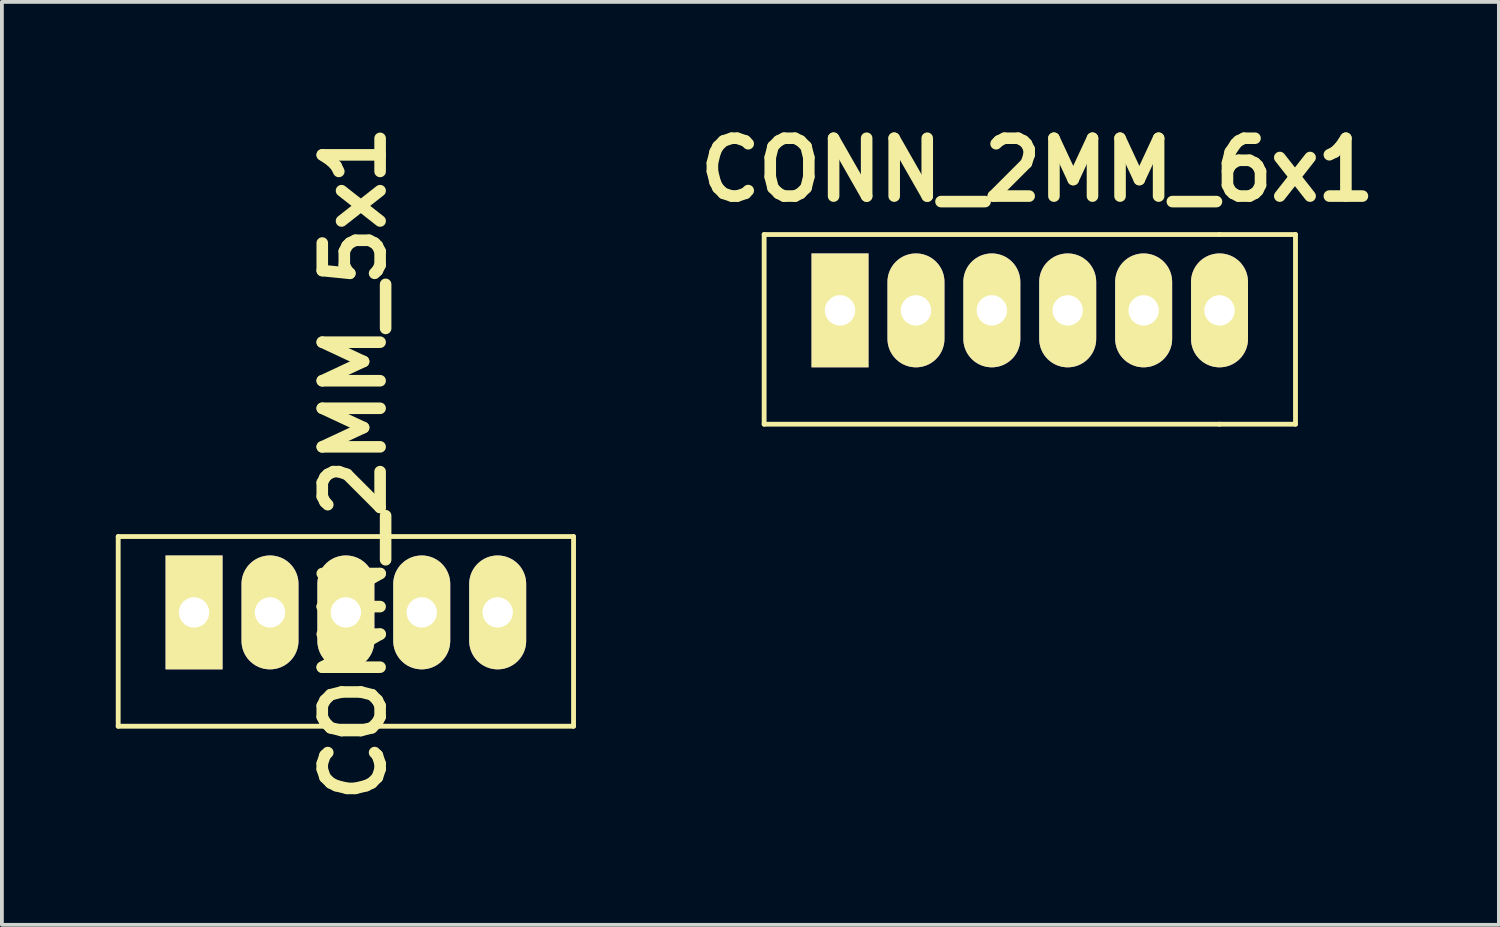
<source format=kicad_pcb>
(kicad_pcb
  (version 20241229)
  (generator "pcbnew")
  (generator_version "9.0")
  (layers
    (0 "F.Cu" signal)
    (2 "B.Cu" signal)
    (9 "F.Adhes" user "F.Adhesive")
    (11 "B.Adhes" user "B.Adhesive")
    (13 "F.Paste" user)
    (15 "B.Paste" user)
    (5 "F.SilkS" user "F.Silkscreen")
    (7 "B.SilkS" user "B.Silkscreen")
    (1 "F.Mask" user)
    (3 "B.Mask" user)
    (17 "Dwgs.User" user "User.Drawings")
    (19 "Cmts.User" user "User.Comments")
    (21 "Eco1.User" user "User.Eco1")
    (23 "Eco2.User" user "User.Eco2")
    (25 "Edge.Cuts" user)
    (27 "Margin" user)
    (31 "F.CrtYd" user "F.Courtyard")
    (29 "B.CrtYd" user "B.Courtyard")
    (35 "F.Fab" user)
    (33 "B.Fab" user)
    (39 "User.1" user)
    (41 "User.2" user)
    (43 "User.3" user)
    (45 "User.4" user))
  (footprint "CONN_2MM_5x1"
    (layer "F.Cu")
    (at 6.063 13.586)
    (property "Reference" "CONN_2MM_5x1" (at 0.213 -4.427 90) (layer "F.SilkS") (effects (font (size 1.524 1.524) (thickness 0.305))))
    (attr through_hole)
    (fp_line (start -5.999 -2.499) (end 5.999 -2.499) (stroke (width 0.127) (type solid)) (layer "F.SilkS"))
    (fp_line (start -5.999 2.499) (end -5.999 -2.499) (stroke (width 0.127) (type solid)) (layer "F.SilkS"))
    (fp_line (start 5.999 -2.499) (end 5.999 2.499) (stroke (width 0.127) (type solid)) (layer "F.SilkS"))
    (fp_line (start 5.999 2.499) (end -5.999 2.499) (stroke (width 0.127) (type solid)) (layer "F.SilkS"))
    (pad "1" thru_hole rect (at -4 -0.5) (size 1.501 3) (drill 0.8) (layers "*.Cu" "*.Mask" "F.SilkS"))
    (pad "2" thru_hole oval (at -1.999 -0.5) (size 1.501 3) (drill 0.8) (layers "*.Cu" "*.Mask" "F.SilkS"))
    (pad "3" thru_hole oval (at 0 -0.5) (size 1.501 3) (drill 0.8) (layers "*.Cu" "*.Mask" "F.SilkS"))
    (pad "4" thru_hole oval (at 1.999 -0.5) (size 1.501 3) (drill 0.8) (layers "*.Cu" "*.Mask" "F.SilkS"))
    (pad "5" thru_hole oval (at 4 -0.5) (size 1.501 3) (drill 0.8) (layers "*.Cu" "*.Mask" "F.SilkS")))
  (footprint "CONN_2MM_6x1"
    (layer "F.Cu")
    (at 23.083 5.628)
    (property "Reference" "CONN_2MM_6x1" (at 1.201 -4.201 0) (layer "F.SilkS") (effects (font (size 1.524 1.524) (thickness 0.305))))
    (attr through_hole)
    (fp_line (start -5.999 -2.499) (end 5.999 -2.499) (stroke (width 0.127) (type solid)) (layer "F.SilkS"))
    (fp_line (start -5.999 2.499) (end -5.999 -2.499) (stroke (width 0.127) (type solid)) (layer "F.SilkS"))
    (fp_line (start 5.999 -2.499) (end 8.001 -2.499) (stroke (width 0.127) (type solid)) (layer "F.SilkS"))
    (fp_line (start 5.999 2.499) (end -5.999 2.499) (stroke (width 0.127) (type solid)) (layer "F.SilkS"))
    (fp_line (start 5.999 2.499) (end 8.001 2.499) (stroke (width 0.127) (type solid)) (layer "F.SilkS"))
    (fp_line (start 8.001 -2.499) (end 8.001 2.499) (stroke (width 0.127) (type solid)) (layer "F.SilkS"))
    (pad "1" thru_hole rect (at -4 -0.5) (size 1.501 3) (drill 0.8) (layers "*.Cu" "*.Mask" "F.SilkS"))
    (pad "2" thru_hole oval (at -1.999 -0.5) (size 1.501 3) (drill 0.8) (layers "*.Cu" "*.Mask" "F.SilkS"))
    (pad "3" thru_hole oval (at 0 -0.5) (size 1.501 3) (drill 0.8) (layers "*.Cu" "*.Mask" "F.SilkS"))
    (pad "4" thru_hole oval (at 1.999 -0.5) (size 1.501 3) (drill 0.8) (layers "*.Cu" "*.Mask" "F.SilkS"))
    (pad "5" thru_hole oval (at 4 -0.5) (size 1.501 3) (drill 0.8) (layers "*.Cu" "*.Mask" "F.SilkS"))
    (pad "6" thru_hole oval (at 5.999 -0.5) (size 1.501 3) (drill 0.8) (layers "*.Cu" "*.Mask" "F.SilkS")))
  (gr_rect
    (start -3 -3)
    (end 36.443 21.317)
    (stroke (width 0.1) (type default))
    (fill no)
    (layer "Edge.Cuts")))
</source>
